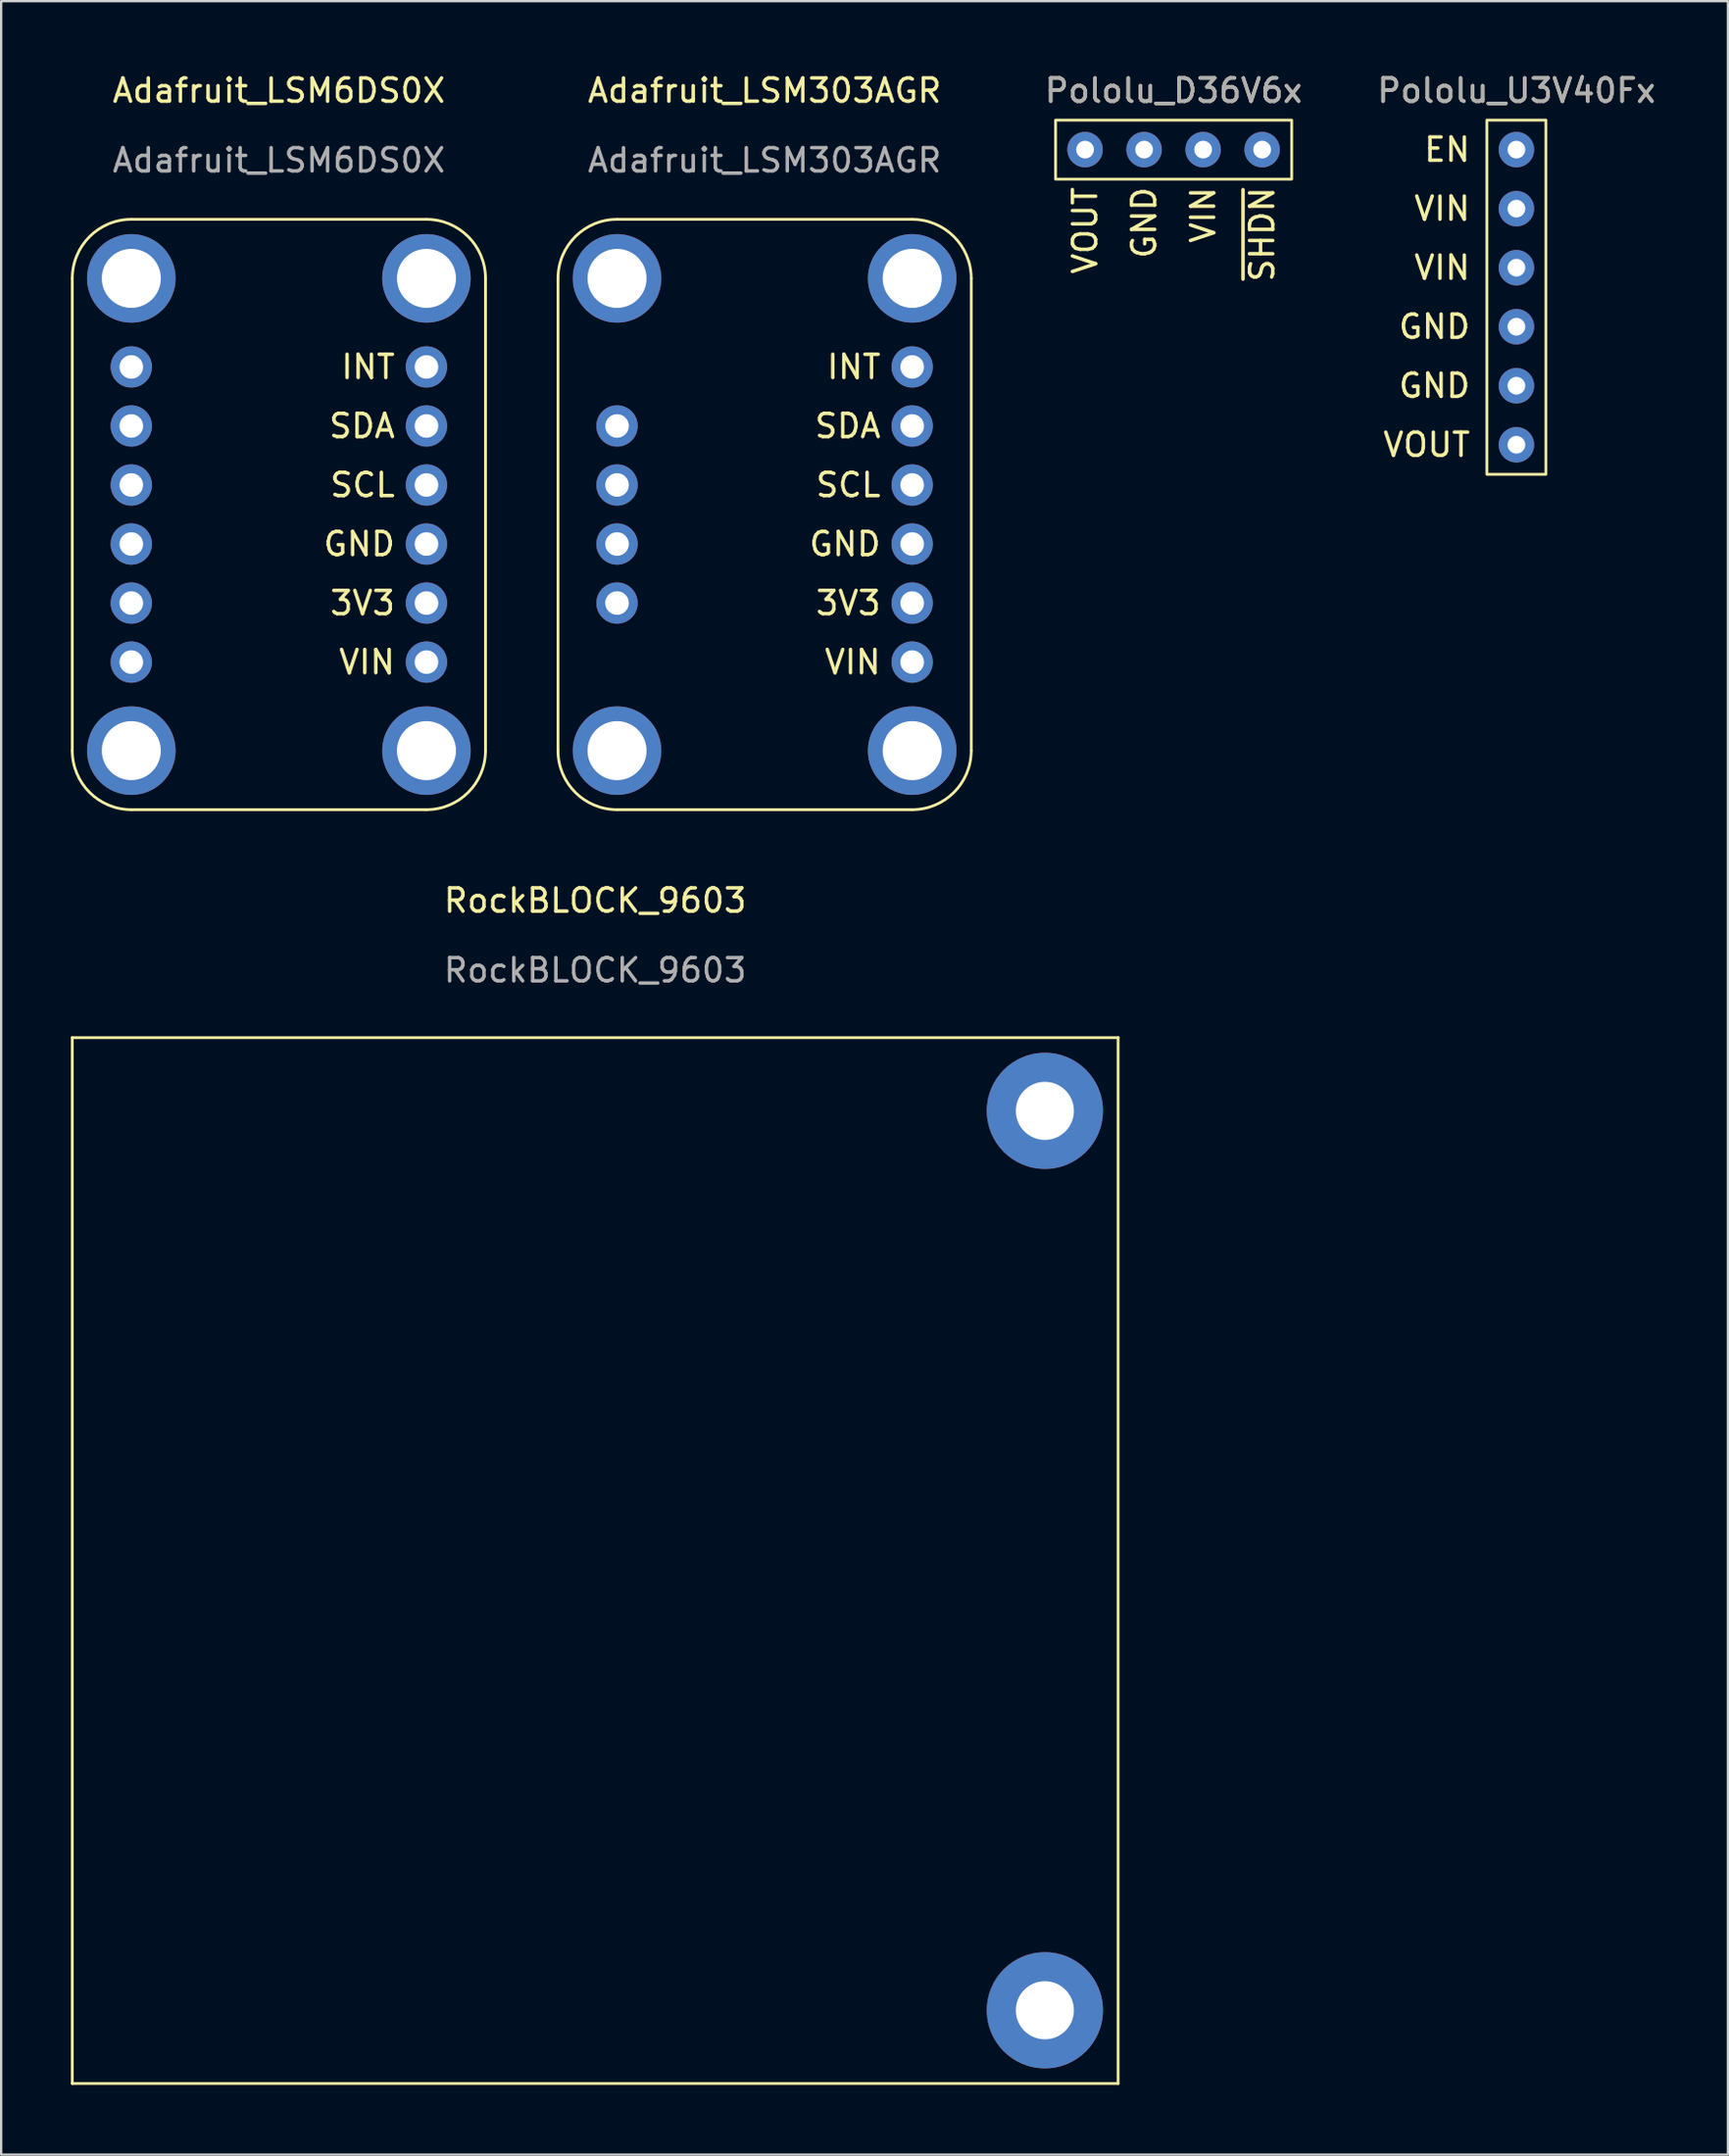
<source format=kicad_pcb>
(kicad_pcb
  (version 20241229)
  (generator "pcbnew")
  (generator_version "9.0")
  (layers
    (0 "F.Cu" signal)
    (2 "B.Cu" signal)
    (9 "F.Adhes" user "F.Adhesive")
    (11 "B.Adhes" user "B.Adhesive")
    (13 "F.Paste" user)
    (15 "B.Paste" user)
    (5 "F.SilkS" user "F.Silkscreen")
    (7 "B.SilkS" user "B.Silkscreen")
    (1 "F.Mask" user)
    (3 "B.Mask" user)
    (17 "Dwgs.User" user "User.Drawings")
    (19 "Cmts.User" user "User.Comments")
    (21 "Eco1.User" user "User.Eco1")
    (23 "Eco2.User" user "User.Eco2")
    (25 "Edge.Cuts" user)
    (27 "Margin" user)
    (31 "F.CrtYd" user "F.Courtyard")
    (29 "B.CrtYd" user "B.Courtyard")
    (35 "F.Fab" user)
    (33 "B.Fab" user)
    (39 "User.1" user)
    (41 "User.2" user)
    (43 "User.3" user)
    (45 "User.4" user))
  (footprint "Pololu_U3V40Fx"
    (layer "F.Cu")
    (at 62.199 9.738)
    (property "Reference" "Pololu_U3V40Fx" (at 0 -8.89 0) (unlocked yes) (layer "F.SilkS") (effects (font (size 1 1) (thickness 0.15))))
    (attr through_hole)
    (fp_rect (start 1.27 7.62) (end -1.27 -7.62) (stroke (width 0.12) (type solid)) (fill no) (layer "F.SilkS"))
    (fp_text user "EN" (at -1.905 -6.35 0) (unlocked yes) (layer "F.SilkS") (effects (font (size 1 1) (thickness 0.15)) (justify right)))
    (fp_text user "VIN" (at -1.905 -3.81 0) (unlocked yes) (layer "F.SilkS") (effects (font (size 1 1) (thickness 0.15)) (justify right)))
    (fp_text user "VOUT" (at -1.905 6.35 0) (unlocked yes) (layer "F.SilkS") (effects (font (size 1 1) (thickness 0.15)) (justify right)))
    (fp_text user "GND" (at -1.905 3.81 0) (unlocked yes) (layer "F.SilkS") (effects (font (size 1 1) (thickness 0.15)) (justify right)))
    (fp_text user "GND" (at -1.905 1.27 0) (unlocked yes) (layer "F.SilkS") (effects (font (size 1 1) (thickness 0.15)) (justify right)))
    (fp_text user "VIN" (at -1.905 -1.27 0) (unlocked yes) (layer "F.SilkS") (effects (font (size 1 1) (thickness 0.15)) (justify right)))
    (fp_text user "${REFERENCE}" (at 0 -8.89 0) (unlocked yes) (layer "F.Fab") (effects (font (size 1 1) (thickness 0.15))))
    (pad "1" thru_hole circle (at 0 6.35 90) (size 1.524 1.524) (drill 0.762) (layers "*.Cu" "*.Mask"))
    (pad "2" thru_hole circle (at 0 3.81 90) (size 1.524 1.524) (drill 0.762) (layers "*.Cu" "*.Mask"))
    (pad "3" thru_hole circle (at 0 1.27 90) (size 1.524 1.524) (drill 0.762) (layers "*.Cu" "*.Mask"))
    (pad "4" thru_hole circle (at 0 -1.27 90) (size 1.524 1.524) (drill 0.762) (layers "*.Cu" "*.Mask"))
    (pad "5" thru_hole circle (at 0 -3.81 90) (size 1.524 1.524) (drill 0.762) (layers "*.Cu" "*.Mask"))
    (pad "6" thru_hole circle (at 0 -6.35 90) (size 1.524 1.524) (drill 0.762) (layers "*.Cu" "*.Mask")))
  (footprint "Pololu_D36V6x"
    (layer "F.Cu")
    (at 47.449 4.658)
    (property "Reference" "Pololu_D36V6x" (at 0 -3.81 0) (unlocked yes) (layer "F.SilkS") (effects (font (size 1 1) (thickness 0.15))))
    (attr through_hole)
    (fp_rect (start -5.08 0) (end 5.08 -2.54) (stroke (width 0.12) (type solid)) (fill no) (layer "F.SilkS"))
    (fp_text user "VOUT" (at -3.81 0.254 90) (unlocked yes) (layer "F.SilkS") (effects (font (size 1 1) (thickness 0.15)) (justify right)))
    (fp_text user "~{SHDN}" (at 3.81 0.254 90) (unlocked yes) (layer "F.SilkS") (effects (font (size 1 1) (thickness 0.15)) (justify right)))
    (fp_text user "GND" (at -1.27 0.254 90) (unlocked yes) (layer "F.SilkS") (effects (font (size 1 1) (thickness 0.15)) (justify right)))
    (fp_text user "VIN" (at 1.27 0.254 90) (unlocked yes) (layer "F.SilkS") (effects (font (size 1 1) (thickness 0.15)) (justify right)))
    (fp_text user "${REFERENCE}" (at 0 -3.81 0) (unlocked yes) (layer "F.Fab") (effects (font (size 1 1) (thickness 0.15))))
    (pad "1" thru_hole circle (at -3.81 -1.27) (size 1.524 1.524) (drill 0.762) (layers "*.Cu" "*.Mask"))
    (pad "2" thru_hole circle (at -1.27 -1.27) (size 1.524 1.524) (drill 0.762) (layers "*.Cu" "*.Mask"))
    (pad "3" thru_hole circle (at 1.27 -1.27) (size 1.524 1.524) (drill 0.762) (layers "*.Cu" "*.Mask"))
    (pad "4" thru_hole circle (at 3.81 -1.27) (size 1.524 1.524) (drill 0.762) (layers "*.Cu" "*.Mask")))
  (footprint "RockBLOCK_9603"
    (layer "F.Cu")
    (at 22.56 64.097)
    (property "Reference" "RockBLOCK_9603" (at 0 -28.4 0) (unlocked yes) (layer "F.SilkS") (effects (font (size 1 1) (thickness 0.15))))
    (attr through_hole)
    (fp_line (start -22.5 -22.5) (end 22.5 -22.5) (stroke (width 0.12) (type solid)) (layer "F.SilkS"))
    (fp_line (start -22.5 22.5) (end -22.5 -22.5) (stroke (width 0.12) (type solid)) (layer "F.SilkS"))
    (fp_line (start 22.5 -22.5) (end 22.5 22.5) (stroke (width 0.12) (type solid)) (layer "F.SilkS"))
    (fp_line (start 22.5 22.5) (end -22.5 22.5) (stroke (width 0.12) (type solid)) (layer "F.SilkS"))
    (fp_text user "${REFERENCE}" (at 0 -25.4 0) (unlocked yes) (layer "F.Fab") (effects (font (size 1 1) (thickness 0.15))))
    (pad "" thru_hole circle (at 19.35 -19.35 180) (size 5 5) (drill 2.5) (layers "*.Cu" "*.Mask"))
    (pad "" thru_hole circle (at 19.35 19.35 180) (size 5 5) (drill 2.5) (layers "*.Cu" "*.Mask")))
  (footprint "Adafruit_LSM303AGR"
    (layer "F.Cu")
    (at 29.85 19.088)
    (property "Reference" "Adafruit_LSM303AGR" (at 0 -18.24 0) (unlocked yes) (layer "F.SilkS") (effects (font (size 1 1) (thickness 0.15))))
    (attr through_hole)
    (fp_line (start -8.89 10.16) (end -8.89 -10.16) (stroke (width 0.12) (type solid)) (layer "F.SilkS"))
    (fp_line (start -6.35 -12.7) (end 6.35 -12.7) (stroke (width 0.12) (type solid)) (layer "F.SilkS"))
    (fp_line (start 6.35 12.7) (end -6.35 12.7) (stroke (width 0.12) (type solid)) (layer "F.SilkS"))
    (fp_line (start 8.89 -10.16) (end 8.89 10.16) (stroke (width 0.12) (type solid)) (layer "F.SilkS"))
    (fp_arc (start -8.89 -10.16) (mid -8.146051 -11.956051) (end -6.35 -12.7) (stroke (width 0.12) (type solid)) (layer "F.SilkS"))
    (fp_arc (start -6.35 12.7) (mid -8.146051 11.956051) (end -8.89 10.16) (stroke (width 0.12) (type solid)) (layer "F.SilkS"))
    (fp_arc (start 6.35 -12.7) (mid 8.146051 -11.956051) (end 8.89 -10.16) (stroke (width 0.12) (type solid)) (layer "F.SilkS"))
    (fp_arc (start 8.89 10.16) (mid 8.146051 11.956051) (end 6.35 12.7) (stroke (width 0.12) (type solid)) (layer "F.SilkS"))
    (fp_text user "VIN" (at 5.08 6.35 0) (layer "F.SilkS") (effects (font (size 1 1) (thickness 0.15)) (justify right)))
    (fp_text user "3V3" (at 5.08 3.81 0) (layer "F.SilkS") (effects (font (size 1 1) (thickness 0.15)) (justify right)))
    (fp_text user "INT" (at 5.08 -6.35 0) (layer "F.SilkS") (effects (font (size 1 1) (thickness 0.15)) (justify right)))
    (fp_text user "SDA" (at 5.08 -3.81 0) (layer "F.SilkS") (effects (font (size 1 1) (thickness 0.15)) (justify right)))
    (fp_text user "GND" (at 5.08 1.27 0) (layer "F.SilkS") (effects (font (size 1 1) (thickness 0.15)) (justify right)))
    (fp_text user "SCL" (at 5.08 -1.27 0) (layer "F.SilkS") (effects (font (size 1 1) (thickness 0.15)) (justify right)))
    (fp_text user "${REFERENCE}" (at 0 -15.24 0) (unlocked yes) (layer "F.Fab") (effects (font (size 1 1) (thickness 0.15))))
    (pad "" np_thru_hole circle (at -6.35 -10.16 90) (size 3.81 3.81) (drill 2.54) (layers "*.Cu" "*.Mask"))
    (pad "" thru_hole circle (at -6.35 -3.81 90) (size 1.778 1.778) (drill 1.016) (layers "*.Cu" "*.Mask"))
    (pad "" thru_hole circle (at -6.35 -1.27 90) (size 1.778 1.778) (drill 1.016) (layers "*.Cu" "*.Mask"))
    (pad "" thru_hole circle (at -6.35 1.27 90) (size 1.778 1.778) (drill 1.016) (layers "*.Cu" "*.Mask"))
    (pad "" thru_hole circle (at -6.35 3.81 90) (size 1.778 1.778) (drill 1.016) (layers "*.Cu" "*.Mask"))
    (pad "" np_thru_hole circle (at -6.35 10.16 90) (size 3.81 3.81) (drill 2.54) (layers "*.Cu" "*.Mask"))
    (pad "" np_thru_hole circle (at 6.35 -10.16 90) (size 3.81 3.81) (drill 2.54) (layers "*.Cu" "*.Mask"))
    (pad "" np_thru_hole circle (at 6.35 10.16 90) (size 3.81 3.81) (drill 2.54) (layers "*.Cu" "*.Mask"))
    (pad "1" thru_hole circle (at 6.35 6.35 90) (size 1.778 1.778) (drill 1.016) (layers "*.Cu" "*.Mask"))
    (pad "2" thru_hole circle (at 6.35 3.81 90) (size 1.778 1.778) (drill 1.016) (layers "*.Cu" "*.Mask"))
    (pad "3" thru_hole circle (at 6.35 1.27 90) (size 1.778 1.778) (drill 1.016) (layers "*.Cu" "*.Mask"))
    (pad "4" thru_hole circle (at 6.35 -1.27 90) (size 1.778 1.778) (drill 1.016) (layers "*.Cu" "*.Mask"))
    (pad "5" thru_hole circle (at 6.35 -3.81 90) (size 1.778 1.778) (drill 1.016) (layers "*.Cu" "*.Mask"))
    (pad "6" thru_hole circle (at 6.35 -6.35 90) (size 1.778 1.778) (drill 1.016) (layers "*.Cu" "*.Mask")))
  (footprint "Adafruit_LSM6DS0X"
    (layer "F.Cu")
    (at 8.95 19.088)
    (property "Reference" "Adafruit_LSM6DS0X" (at 0 -18.24 0) (unlocked yes) (layer "F.SilkS") (effects (font (size 1 1) (thickness 0.15))))
    (attr through_hole)
    (fp_line (start -8.89 10.16) (end -8.89 -10.16) (stroke (width 0.12) (type solid)) (layer "F.SilkS"))
    (fp_line (start -6.35 -12.7) (end 6.35 -12.7) (stroke (width 0.12) (type solid)) (layer "F.SilkS"))
    (fp_line (start 6.35 12.7) (end -6.35 12.7) (stroke (width 0.12) (type solid)) (layer "F.SilkS"))
    (fp_line (start 8.89 -10.16) (end 8.89 10.16) (stroke (width 0.12) (type solid)) (layer "F.SilkS"))
    (fp_arc (start -8.89 -10.16) (mid -8.146051 -11.956051) (end -6.35 -12.7) (stroke (width 0.12) (type solid)) (layer "F.SilkS"))
    (fp_arc (start -6.35 12.7) (mid -8.146051 11.956051) (end -8.89 10.16) (stroke (width 0.12) (type solid)) (layer "F.SilkS"))
    (fp_arc (start 6.35 -12.7) (mid 8.146051 -11.956051) (end 8.89 -10.16) (stroke (width 0.12) (type solid)) (layer "F.SilkS"))
    (fp_arc (start 8.89 10.16) (mid 8.146051 11.956051) (end 6.35 12.7) (stroke (width 0.12) (type solid)) (layer "F.SilkS"))
    (fp_text user "VIN" (at 5.08 6.35 0) (layer "F.SilkS") (effects (font (size 1 1) (thickness 0.15)) (justify right)))
    (fp_text user "INT" (at 5.08 -6.35 0) (layer "F.SilkS") (effects (font (size 1 1) (thickness 0.15)) (justify right)))
    (fp_text user "SDA" (at 5.08 -3.81 0) (layer "F.SilkS") (effects (font (size 1 1) (thickness 0.15)) (justify right)))
    (fp_text user "GND" (at 5.08 1.27 0) (layer "F.SilkS") (effects (font (size 1 1) (thickness 0.15)) (justify right)))
    (fp_text user "SCL" (at 5.08 -1.27 0) (layer "F.SilkS") (effects (font (size 1 1) (thickness 0.15)) (justify right)))
    (fp_text user "3V3" (at 5.08 3.81 0) (layer "F.SilkS") (effects (font (size 1 1) (thickness 0.15)) (justify right)))
    (fp_text user "${REFERENCE}" (at 0 -15.24 0) (unlocked yes) (layer "F.Fab") (effects (font (size 1 1) (thickness 0.15))))
    (pad "" np_thru_hole circle (at -6.35 -10.16 90) (size 3.81 3.81) (drill 2.54) (layers "*.Cu" "*.Mask"))
    (pad "" thru_hole circle (at -6.35 -6.35 90) (size 1.778 1.778) (drill 1.016) (layers "*.Cu" "*.Mask"))
    (pad "" thru_hole circle (at -6.35 -3.81 90) (size 1.778 1.778) (drill 1.016) (layers "*.Cu" "*.Mask"))
    (pad "" thru_hole circle (at -6.35 -1.27 90) (size 1.778 1.778) (drill 1.016) (layers "*.Cu" "*.Mask"))
    (pad "" thru_hole circle (at -6.35 1.27 90) (size 1.778 1.778) (drill 1.016) (layers "*.Cu" "*.Mask"))
    (pad "" thru_hole circle (at -6.35 3.81 90) (size 1.778 1.778) (drill 1.016) (layers "*.Cu" "*.Mask"))
    (pad "" thru_hole circle (at -6.35 6.35 90) (size 1.778 1.778) (drill 1.016) (layers "*.Cu" "*.Mask"))
    (pad "" np_thru_hole circle (at -6.35 10.16 90) (size 3.81 3.81) (drill 2.54) (layers "*.Cu" "*.Mask"))
    (pad "" np_thru_hole circle (at 6.35 -10.16 90) (size 3.81 3.81) (drill 2.54) (layers "*.Cu" "*.Mask"))
    (pad "" np_thru_hole circle (at 6.35 10.16 90) (size 3.81 3.81) (drill 2.54) (layers "*.Cu" "*.Mask"))
    (pad "1" thru_hole circle (at 6.35 6.35 90) (size 1.778 1.778) (drill 1.016) (layers "*.Cu" "*.Mask"))
    (pad "2" thru_hole circle (at 6.35 3.81 90) (size 1.778 1.778) (drill 1.016) (layers "*.Cu" "*.Mask"))
    (pad "3" thru_hole circle (at 6.35 1.27 90) (size 1.778 1.778) (drill 1.016) (layers "*.Cu" "*.Mask"))
    (pad "4" thru_hole circle (at 6.35 -1.27 90) (size 1.778 1.778) (drill 1.016) (layers "*.Cu" "*.Mask"))
    (pad "5" thru_hole circle (at 6.35 -3.81 90) (size 1.778 1.778) (drill 1.016) (layers "*.Cu" "*.Mask"))
    (pad "6" thru_hole circle (at 6.35 -6.35 90) (size 1.778 1.778) (drill 1.016) (layers "*.Cu" "*.Mask")))
  (gr_rect
    (start -3 -3)
    (end 71.3 89.657)
    (stroke (width 0.1) (type default))
    (fill no)
    (layer "Edge.Cuts")))
</source>
